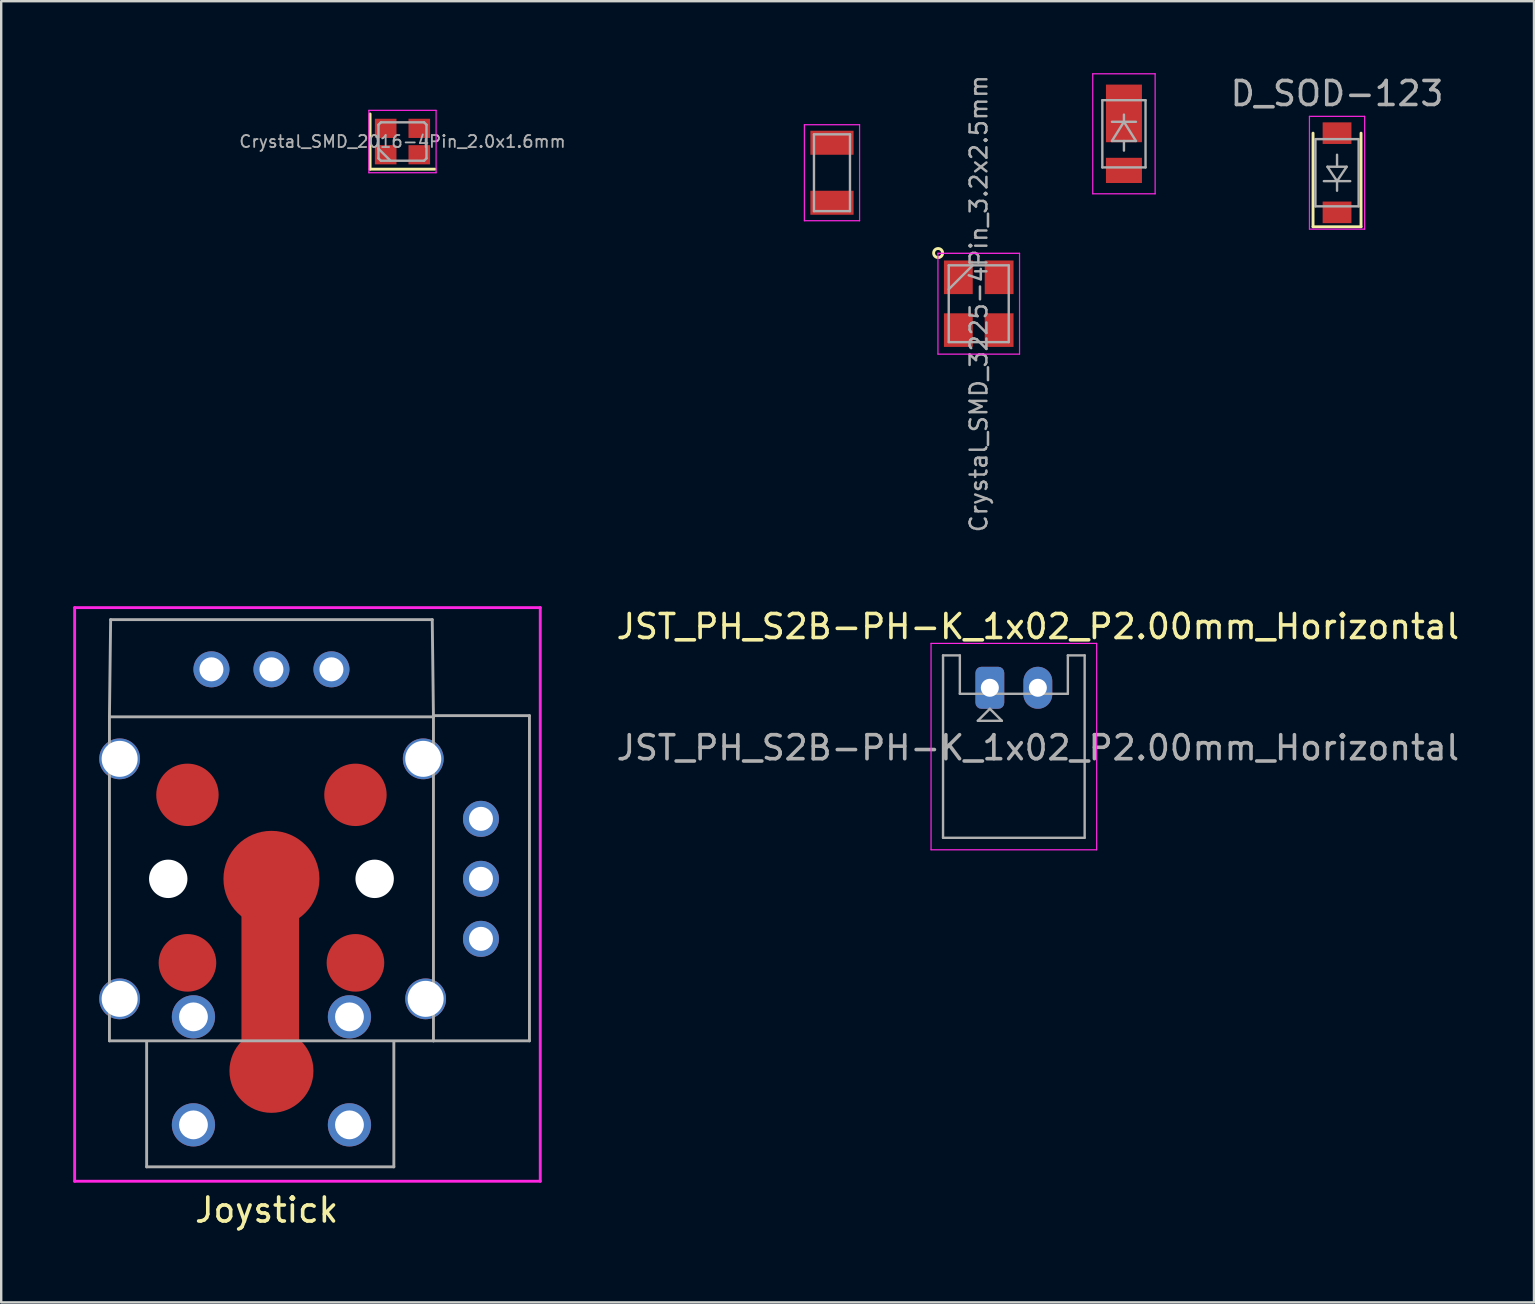
<source format=kicad_pcb>
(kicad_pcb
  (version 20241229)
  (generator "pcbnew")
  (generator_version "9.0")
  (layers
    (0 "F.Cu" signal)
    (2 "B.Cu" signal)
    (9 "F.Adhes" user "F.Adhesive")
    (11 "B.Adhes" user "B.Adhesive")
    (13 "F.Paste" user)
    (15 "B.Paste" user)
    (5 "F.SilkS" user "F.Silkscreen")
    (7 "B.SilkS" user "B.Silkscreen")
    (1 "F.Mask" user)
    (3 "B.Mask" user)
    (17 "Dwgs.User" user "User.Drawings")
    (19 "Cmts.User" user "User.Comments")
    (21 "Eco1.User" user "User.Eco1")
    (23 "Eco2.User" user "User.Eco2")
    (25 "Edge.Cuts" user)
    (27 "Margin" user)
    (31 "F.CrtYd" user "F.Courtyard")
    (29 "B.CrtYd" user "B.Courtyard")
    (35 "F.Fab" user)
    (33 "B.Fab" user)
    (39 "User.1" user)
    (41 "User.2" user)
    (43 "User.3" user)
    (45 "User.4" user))
  (footprint "Joystick"
    (layer "F.Cu")
    (at 8.26 33.568)
    (property "Reference" "Joystick" (at -0.2 13.8 0) (layer "F.SilkS") (effects (font (size 1 1) (thickness 0.15))))
    (attr through_hole)
    (fp_poly (pts (xy 1.1 7.8) (xy -1.2 7.8) (xy -1.2 0.1) (xy 1.1 0.2)) (stroke (width 0.1) (type solid)) (fill yes) (layer "F.Cu"))
    (fp_line (start -8.2 -11.3) (end 11.2 -11.3) (stroke (width 0.12) (type solid)) (layer "F.CrtYd"))
    (fp_line (start -8.2 12.6) (end -8.2 -11.3) (stroke (width 0.12) (type solid)) (layer "F.CrtYd"))
    (fp_line (start 11.2 -11.3) (end 11.2 12.6) (stroke (width 0.12) (type solid)) (layer "F.CrtYd"))
    (fp_line (start 11.2 12.6) (end -8.2 12.6) (stroke (width 0.12) (type solid)) (layer "F.CrtYd"))
    (fp_line (start -6.75 -6.75) (end -6.7 -10.8) (stroke (width 0.12) (type solid)) (layer "F.Fab"))
    (fp_line (start -6.75 -6.75) (end 6.75 -6.75) (stroke (width 0.12) (type solid)) (layer "F.Fab"))
    (fp_line (start -6.75 6.75) (end -6.75 -6.75) (stroke (width 0.12) (type solid)) (layer "F.Fab"))
    (fp_line (start -6.7 -10.8) (end 6.7 -10.8) (stroke (width 0.12) (type solid)) (layer "F.Fab"))
    (fp_line (start -5.2 6.8) (end -5.2 12) (stroke (width 0.12) (type solid)) (layer "F.Fab"))
    (fp_line (start -5.2 12) (end 5.1 12) (stroke (width 0.12) (type solid)) (layer "F.Fab"))
    (fp_line (start 5.1 12) (end 5.1 6.8) (stroke (width 0.12) (type solid)) (layer "F.Fab"))
    (fp_line (start 6.7 -10.8) (end 6.75 -6.75) (stroke (width 0.12) (type solid)) (layer "F.Fab"))
    (fp_line (start 6.75 -6.75) (end 6.75 6.75) (stroke (width 0.12) (type solid)) (layer "F.Fab"))
    (fp_line (start 6.75 6.75) (end -6.75 6.75) (stroke (width 0.12) (type solid)) (layer "F.Fab"))
    (fp_line (start 6.8 -6.8) (end 10.75 -6.8) (stroke (width 0.12) (type solid)) (layer "F.Fab"))
    (fp_line (start 10.75 -6.8) (end 10.75 6.75) (stroke (width 0.12) (type solid)) (layer "F.Fab"))
    (fp_line (start 10.75 6.75) (end 6.75 6.75) (stroke (width 0.12) (type solid)) (layer "F.Fab"))
    (pad "" thru_hole circle (at -6.325 -5) (size 1.7 1.7) (drill 1.5) (layers "*.Cu" "*.Mask"))
    (pad "" thru_hole circle (at -6.325 5) (size 1.7 1.7) (drill 1.5) (layers "*.Cu" "*.Mask"))
    (pad "" np_thru_hole circle (at -4.3 0) (size 1.6 1.6) (drill 1.6) (layers "*.Cu" "*.Mask"))
    (pad "" smd circle (at -3.5 -3.5) (size 2.6 2.6) (layers "F.Cu"))
    (pad "" smd circle (at -3.5 3.5) (size 2.4 2.4) (layers "F.Cu"))
    (pad "" smd circle (at 0 0) (size 4 4) (layers "F.Cu"))
    (pad "" smd circle (at 0 8) (size 3.5 3.5) (layers "F.Cu"))
    (pad "" smd circle (at 3.5 -3.5) (size 2.6 2.6) (layers "F.Cu"))
    (pad "" smd circle (at 3.5 3.5) (size 2.4 2.4) (layers "F.Cu"))
    (pad "" np_thru_hole circle (at 4.3 0) (size 1.6 1.6) (drill 1.6) (layers "*.Cu" "*.Mask"))
    (pad "" thru_hole circle (at 6.325 -5) (size 1.7 1.7) (drill 1.5) (layers "*.Cu" "*.Mask"))
    (pad "" thru_hole circle (at 6.425 5) (size 1.7 1.7) (drill 1.5) (layers "*.Cu" "*.Mask"))
    (pad "1" thru_hole circle (at 8.73 -2.5) (size 1.5 1.5) (drill 1) (layers "*.Cu" "*.Mask"))
    (pad "2" thru_hole circle (at 8.73 0) (size 1.5 1.5) (drill 1) (layers "*.Cu" "*.Mask"))
    (pad "3" thru_hole circle (at 8.73 2.5) (size 1.5 1.5) (drill 1) (layers "*.Cu" "*.Mask"))
    (pad "4" thru_hole circle (at 2.5 -8.73) (size 1.5 1.5) (drill 1) (layers "*.Cu" "*.Mask"))
    (pad "5" thru_hole circle (at 0 -8.73) (size 1.5 1.5) (drill 1) (layers "*.Cu" "*.Mask"))
    (pad "6" thru_hole circle (at -2.5 -8.73) (size 1.5 1.5) (drill 1) (layers "*.Cu" "*.Mask"))
    (pad "A" thru_hole circle (at -3.25 5.75) (size 1.8 1.8) (drill 1.2) (layers "*.Cu" "*.Mask"))
    (pad "B" thru_hole circle (at -3.25 10.25) (size 1.8 1.8) (drill 1.2) (layers "*.Cu" "*.Mask"))
    (pad "C" thru_hole circle (at 3.25 5.75) (size 1.8 1.8) (drill 1.2) (layers "*.Cu" "*.Mask"))
    (pad "D" thru_hole circle (at 3.25 10.25) (size 1.8 1.8) (drill 1.2) (layers "*.Cu" "*.Mask")))
  (footprint "Crystal_SMD_3225-4Pin_3.2x2.5mm"
    (layer "F.Cu")
    (at 37.73 9.604)
    (property "Reference" "Crystal_SMD_3225-4Pin_3.2x2.5mm" (at 0.051 -0.013 270) (layer "Eco2.User") (effects (font (size 0.3 0.3) (thickness 0.075))))
    (attr smd)
    (fp_circle (center -1.692 -2.111) (end -1.852 -2.012) (stroke (width 0.12) (type solid)) (fill no) (layer "F.SilkS"))
    (fp_line (start -1.7 -2.1) (end -1.7 2.1) (stroke (width 0.05) (type solid)) (layer "F.CrtYd"))
    (fp_line (start -1.7 2.1) (end 1.7 2.1) (stroke (width 0.05) (type solid)) (layer "F.CrtYd"))
    (fp_line (start 1.7 -2.1) (end -1.7 -2.1) (stroke (width 0.05) (type solid)) (layer "F.CrtYd"))
    (fp_line (start 1.7 2.1) (end 1.7 -2.1) (stroke (width 0.05) (type solid)) (layer "F.CrtYd"))
    (fp_line (start -1.25 -1.6) (end -1.25 1.6) (stroke (width 0.1) (type solid)) (layer "F.Fab"))
    (fp_line (start -1.25 1.6) (end 1.25 1.6) (stroke (width 0.1) (type solid)) (layer "F.Fab"))
    (fp_line (start -0.25 -1.6) (end -1.25 -0.6) (stroke (width 0.1) (type solid)) (layer "F.Fab"))
    (fp_line (start 1.25 -1.6) (end -1.25 -1.6) (stroke (width 0.1) (type solid)) (layer "F.Fab"))
    (fp_line (start 1.25 1.6) (end 1.25 -1.6) (stroke (width 0.1) (type solid)) (layer "F.Fab"))
    (fp_text user "${REFERENCE}" (at 0 0 270) (layer "F.Fab") (effects (font (size 0.7 0.7) (thickness 0.105))))
    (pad "1" smd rect (at -0.85 -1.1 270) (size 1.4 1.2) (layers "F.Cu" "F.Mask" "F.Paste"))
    (pad "2" smd rect (at -0.85 1.1 270) (size 1.4 1.2) (layers "F.Cu" "F.Mask" "F.Paste"))
    (pad "3" smd rect (at 0.85 1.1 270) (size 1.4 1.2) (layers "F.Cu" "F.Mask" "F.Paste"))
    (pad "4" smd rect (at 0.85 -1.1 270) (size 1.4 1.2) (layers "F.Cu" "F.Mask" "F.Paste")))
  (footprint "Crystal_SMD_3215-2Pin_3.2x1.5mm"
    (layer "F.Cu")
    (at 31.615 4.148)
    (property "Reference" "Crystal_SMD_3215-2Pin_3.2x1.5mm" (at 0 0.013 90) (layer "Eco2.User") (effects (font (size 0.3 0.3) (thickness 0.075))))
    (attr smd)
    (fp_line (start -1.15 -2) (end 1.15 -2) (stroke (width 0.05) (type solid)) (layer "F.CrtYd"))
    (fp_line (start -1.15 2) (end -1.15 -2) (stroke (width 0.05) (type solid)) (layer "F.CrtYd"))
    (fp_line (start -1.15 2) (end 1.15 2) (stroke (width 0.05) (type solid)) (layer "F.CrtYd"))
    (fp_line (start 1.15 2) (end 1.15 -2) (stroke (width 0.05) (type solid)) (layer "F.CrtYd"))
    (fp_line (start -0.75 -1.6) (end 0.75 -1.6) (stroke (width 0.1) (type solid)) (layer "F.Fab"))
    (fp_line (start -0.75 1.6) (end -0.75 -1.6) (stroke (width 0.1) (type solid)) (layer "F.Fab"))
    (fp_line (start -0.75 1.6) (end 0.75 1.6) (stroke (width 0.1) (type solid)) (layer "F.Fab"))
    (fp_line (start 0.75 1.6) (end 0.75 -1.6) (stroke (width 0.1) (type solid)) (layer "F.Fab"))
    (pad "1" smd rect (at 0 -1.25 90) (size 1 1.8) (layers "F.Cu" "F.Mask" "F.Paste"))
    (pad "2" smd rect (at 0 1.25 90) (size 1 1.8) (layers "F.Cu" "F.Mask" "F.Paste")))
  (footprint "Crystal_SMD_2016-4Pin_2.0x1.6mm"
    (layer "F.Cu")
    (at 13.72 2.848)
    (property "Reference" "Crystal_SMD_2016-4Pin_2.0x1.6mm" (at 0 -2 0) (layer "Eco2.User") (effects (font (size 1 1) (thickness 0.15))))
    (attr smd)
    (fp_line (start -1.35 -1.15) (end -1.35 1.15) (stroke (width 0.12) (type solid)) (layer "F.SilkS"))
    (fp_line (start -1.35 1.15) (end 1.35 1.15) (stroke (width 0.12) (type solid)) (layer "F.SilkS"))
    (fp_line (start -1.4 -1.3) (end -1.4 1.3) (stroke (width 0.05) (type solid)) (layer "F.CrtYd"))
    (fp_line (start -1.4 1.3) (end 1.4 1.3) (stroke (width 0.05) (type solid)) (layer "F.CrtYd"))
    (fp_line (start 1.4 -1.3) (end -1.4 -1.3) (stroke (width 0.05) (type solid)) (layer "F.CrtYd"))
    (fp_line (start 1.4 1.3) (end 1.4 -1.3) (stroke (width 0.05) (type solid)) (layer "F.CrtYd"))
    (fp_line (start -1 -0.7) (end -0.9 -0.8) (stroke (width 0.1) (type solid)) (layer "F.Fab"))
    (fp_line (start -1 0.3) (end -0.5 0.8) (stroke (width 0.1) (type solid)) (layer "F.Fab"))
    (fp_line (start -1 0.7) (end -1 -0.7) (stroke (width 0.1) (type solid)) (layer "F.Fab"))
    (fp_line (start -0.9 -0.8) (end 0.9 -0.8) (stroke (width 0.1) (type solid)) (layer "F.Fab"))
    (fp_line (start -0.9 0.8) (end -1 0.7) (stroke (width 0.1) (type solid)) (layer "F.Fab"))
    (fp_line (start 0.9 -0.8) (end 1 -0.7) (stroke (width 0.1) (type solid)) (layer "F.Fab"))
    (fp_line (start 0.9 0.8) (end -0.9 0.8) (stroke (width 0.1) (type solid)) (layer "F.Fab"))
    (fp_line (start 1 -0.7) (end 1 0.7) (stroke (width 0.1) (type solid)) (layer "F.Fab"))
    (fp_line (start 1 0.7) (end 0.9 0.8) (stroke (width 0.1) (type solid)) (layer "F.Fab"))
    (fp_text user "${REFERENCE}" (at 0 0 0) (layer "F.Fab") (effects (font (size 0.5 0.5) (thickness 0.075))))
    (pad "1" smd rect (at -0.7 0.55) (size 0.9 0.8) (layers "F.Cu" "F.Mask" "F.Paste"))
    (pad "2" smd rect (at 0.7 0.55) (size 0.9 0.8) (layers "F.Cu" "F.Mask" "F.Paste"))
    (pad "3" smd rect (at 0.7 -0.55) (size 0.9 0.8) (layers "F.Cu" "F.Mask" "F.Paste"))
    (pad "4" smd rect (at -0.7 -0.55) (size 0.9 0.8) (layers "F.Cu" "F.Mask" "F.Paste")))
  (footprint "JST_PH_S2B-PH-K_1x02_P2.00mm_Horizontal"
    (layer "F.Cu")
    (at 39.193 25.607)
    (property "Reference" "JST_PH_S2B-PH-K_1x02_P2.00mm_Horizontal" (at 1 -2.55 0) (layer "F.SilkS") (effects (font (size 1 1) (thickness 0.15))))
    (attr smd)
    (fp_line (start -3.45 -1.85) (end -3.45 6.75) (stroke (width 0.05) (type solid)) (layer "F.CrtYd"))
    (fp_line (start -3.45 6.75) (end 3.45 6.75) (stroke (width 0.05) (type solid)) (layer "F.CrtYd"))
    (fp_line (start 3.45 -1.85) (end -3.45 -1.85) (stroke (width 0.05) (type solid)) (layer "F.CrtYd"))
    (fp_line (start 3.45 6.75) (end 3.45 -1.85) (stroke (width 0.05) (type solid)) (layer "F.CrtYd"))
    (fp_line (start -2.95 -1.35) (end -2.95 6.25) (stroke (width 0.1) (type solid)) (layer "F.Fab"))
    (fp_line (start -2.95 6.25) (end 2.95 6.25) (stroke (width 0.1) (type solid)) (layer "F.Fab"))
    (fp_line (start -2.25 -1.35) (end -2.95 -1.35) (stroke (width 0.1) (type solid)) (layer "F.Fab"))
    (fp_line (start -2.25 0.25) (end -2.25 -1.35) (stroke (width 0.1) (type solid)) (layer "F.Fab"))
    (fp_line (start -1.5 1.375) (end -0.5 1.375) (stroke (width 0.1) (type solid)) (layer "F.Fab"))
    (fp_line (start -1 0.875) (end -1.5 1.375) (stroke (width 0.1) (type solid)) (layer "F.Fab"))
    (fp_line (start -0.5 1.375) (end -1 0.875) (stroke (width 0.1) (type solid)) (layer "F.Fab"))
    (fp_line (start 2.25 -1.35) (end 2.25 0.25) (stroke (width 0.1) (type solid)) (layer "F.Fab"))
    (fp_line (start 2.25 0.25) (end -2.25 0.25) (stroke (width 0.1) (type solid)) (layer "F.Fab"))
    (fp_line (start 2.95 -1.35) (end 2.25 -1.35) (stroke (width 0.1) (type solid)) (layer "F.Fab"))
    (fp_line (start 2.95 6.25) (end 2.95 -1.35) (stroke (width 0.1) (type solid)) (layer "F.Fab"))
    (fp_text user "${REFERENCE}" (at 1 2.5 0) (layer "F.Fab") (effects (font (size 1 1) (thickness 0.15))))
    (pad "1" thru_hole roundrect (at -1 0) (size 1.2 1.75) (drill 0.75) (layers "*.Cu" "*.Mask") (roundrect_rratio 0.208))
    (pad "2" thru_hole oval (at 1 0) (size 1.2 1.75) (drill 0.75) (layers "*.Cu" "*.Mask")))
  (footprint "D_PowerDI-123"
    (layer "F.Cu")
    (at 43.78 2.525)
    (property "Reference" "D_PowerDI-123" (at 0.089 0.546 270) (layer "Eco2.User") (effects (font (size 0.3 0.3) (thickness 0.075))))
    (attr smd)
    (fp_line (start -1.3 -2.5) (end 1.3 -2.5) (stroke (width 0.05) (type solid)) (layer "F.CrtYd"))
    (fp_line (start -1.3 2.5) (end -1.3 -2.5) (stroke (width 0.05) (type solid)) (layer "F.CrtYd"))
    (fp_line (start 1.3 -2.5) (end 1.3 2.5) (stroke (width 0.05) (type solid)) (layer "F.CrtYd"))
    (fp_line (start 1.3 2.5) (end -1.3 2.5) (stroke (width 0.05) (type solid)) (layer "F.CrtYd"))
    (fp_line (start -0.9 -1.4) (end 0.9 -1.4) (stroke (width 0.1) (type solid)) (layer "F.Fab"))
    (fp_line (start -0.9 1.4) (end -0.9 -1.4) (stroke (width 0.1) (type solid)) (layer "F.Fab"))
    (fp_line (start -0.5 0.3) (end 0.5 0.3) (stroke (width 0.1) (type solid)) (layer "F.Fab"))
    (fp_line (start 0 -0.8) (end 0 -0.5) (stroke (width 0.1) (type solid)) (layer "F.Fab"))
    (fp_line (start 0 -0.5) (end -0.5 -0.5) (stroke (width 0.1) (type solid)) (layer "F.Fab"))
    (fp_line (start 0 -0.5) (end -0.5 0.3) (stroke (width 0.1) (type solid)) (layer "F.Fab"))
    (fp_line (start 0 -0.5) (end 0.5 -0.5) (stroke (width 0.1) (type solid)) (layer "F.Fab"))
    (fp_line (start 0 0.3) (end 0 0.7) (stroke (width 0.1) (type solid)) (layer "F.Fab"))
    (fp_line (start 0.5 0.3) (end 0 -0.5) (stroke (width 0.1) (type solid)) (layer "F.Fab"))
    (fp_line (start 0.9 -1.4) (end 0.9 1.4) (stroke (width 0.1) (type solid)) (layer "F.Fab"))
    (fp_line (start 0.9 1.4) (end -0.9 1.4) (stroke (width 0.1) (type solid)) (layer "F.Fab"))
    (pad "1" smd rect (at 0 -0.85 90) (size 2.4 1.5) (layers "F.Cu" "F.Mask" "F.Paste"))
    (pad "2" smd rect (at 0 1.525 90) (size 1.05 1.5) (layers "F.Cu" "F.Mask" "F.Paste")))
  (footprint "D_SOD-123"
    (layer "F.Cu")
    (at 52.659 4.148)
    (property "Reference" "D_SOD-123" (at -0.1 -3.4 0) (layer "Eco2.User") (effects (font (size 0.3 0.3) (thickness 0.075))))
    (attr smd)
    (fp_line (start -1 2.25) (end -1 -1.65) (stroke (width 0.12) (type solid)) (layer "F.SilkS"))
    (fp_line (start -1 2.25) (end 1 2.25) (stroke (width 0.12) (type solid)) (layer "F.SilkS"))
    (fp_line (start 1 2.25) (end 1 -1.65) (stroke (width 0.12) (type solid)) (layer "F.SilkS"))
    (fp_line (start -1.15 -2.35) (end 1.15 -2.35) (stroke (width 0.05) (type solid)) (layer "F.CrtYd"))
    (fp_line (start -1.15 2.35) (end -1.15 -2.35) (stroke (width 0.05) (type solid)) (layer "F.CrtYd"))
    (fp_line (start -1.15 2.35) (end 1.15 2.35) (stroke (width 0.05) (type solid)) (layer "F.CrtYd"))
    (fp_line (start 1.15 -2.35) (end 1.15 2.35) (stroke (width 0.05) (type solid)) (layer "F.CrtYd"))
    (fp_line (start -0.9 -1.4) (end 0.9 -1.4) (stroke (width 0.1) (type solid)) (layer "F.Fab"))
    (fp_line (start -0.9 1.4) (end -0.9 -1.4) (stroke (width 0.1) (type solid)) (layer "F.Fab"))
    (fp_line (start -0.4 -0.25) (end 0.4 -0.25) (stroke (width 0.1) (type solid)) (layer "F.Fab"))
    (fp_line (start 0 -0.25) (end 0 -0.75) (stroke (width 0.1) (type solid)) (layer "F.Fab"))
    (fp_line (start 0 0.35) (end -0.55 0.35) (stroke (width 0.1) (type solid)) (layer "F.Fab"))
    (fp_line (start 0 0.35) (end -0.4 -0.25) (stroke (width 0.1) (type solid)) (layer "F.Fab"))
    (fp_line (start 0 0.35) (end 0.55 0.35) (stroke (width 0.1) (type solid)) (layer "F.Fab"))
    (fp_line (start 0 0.75) (end 0 0.35) (stroke (width 0.1) (type solid)) (layer "F.Fab"))
    (fp_line (start 0.4 -0.25) (end 0 0.35) (stroke (width 0.1) (type solid)) (layer "F.Fab"))
    (fp_line (start 0.9 -1.4) (end 0.9 1.4) (stroke (width 0.1) (type solid)) (layer "F.Fab"))
    (fp_line (start 0.9 1.4) (end -0.9 1.4) (stroke (width 0.1) (type solid)) (layer "F.Fab"))
    (fp_text user "${REFERENCE}" (at 0 -3.3 0) (layer "F.Fab") (effects (font (size 1 1) (thickness 0.15))))
    (pad "1" smd rect (at 0 1.65 90) (size 0.9 1.2) (layers "F.Cu" "F.Mask" "F.Paste"))
    (pad "2" smd rect (at 0 -1.65 90) (size 0.9 1.2) (layers "F.Cu" "F.Mask" "F.Paste")))
  (gr_rect
    (start -3 -3)
    (end 60.865 51.217)
    (stroke (width 0.1) (type default))
    (fill no)
    (layer "Edge.Cuts")))
</source>
